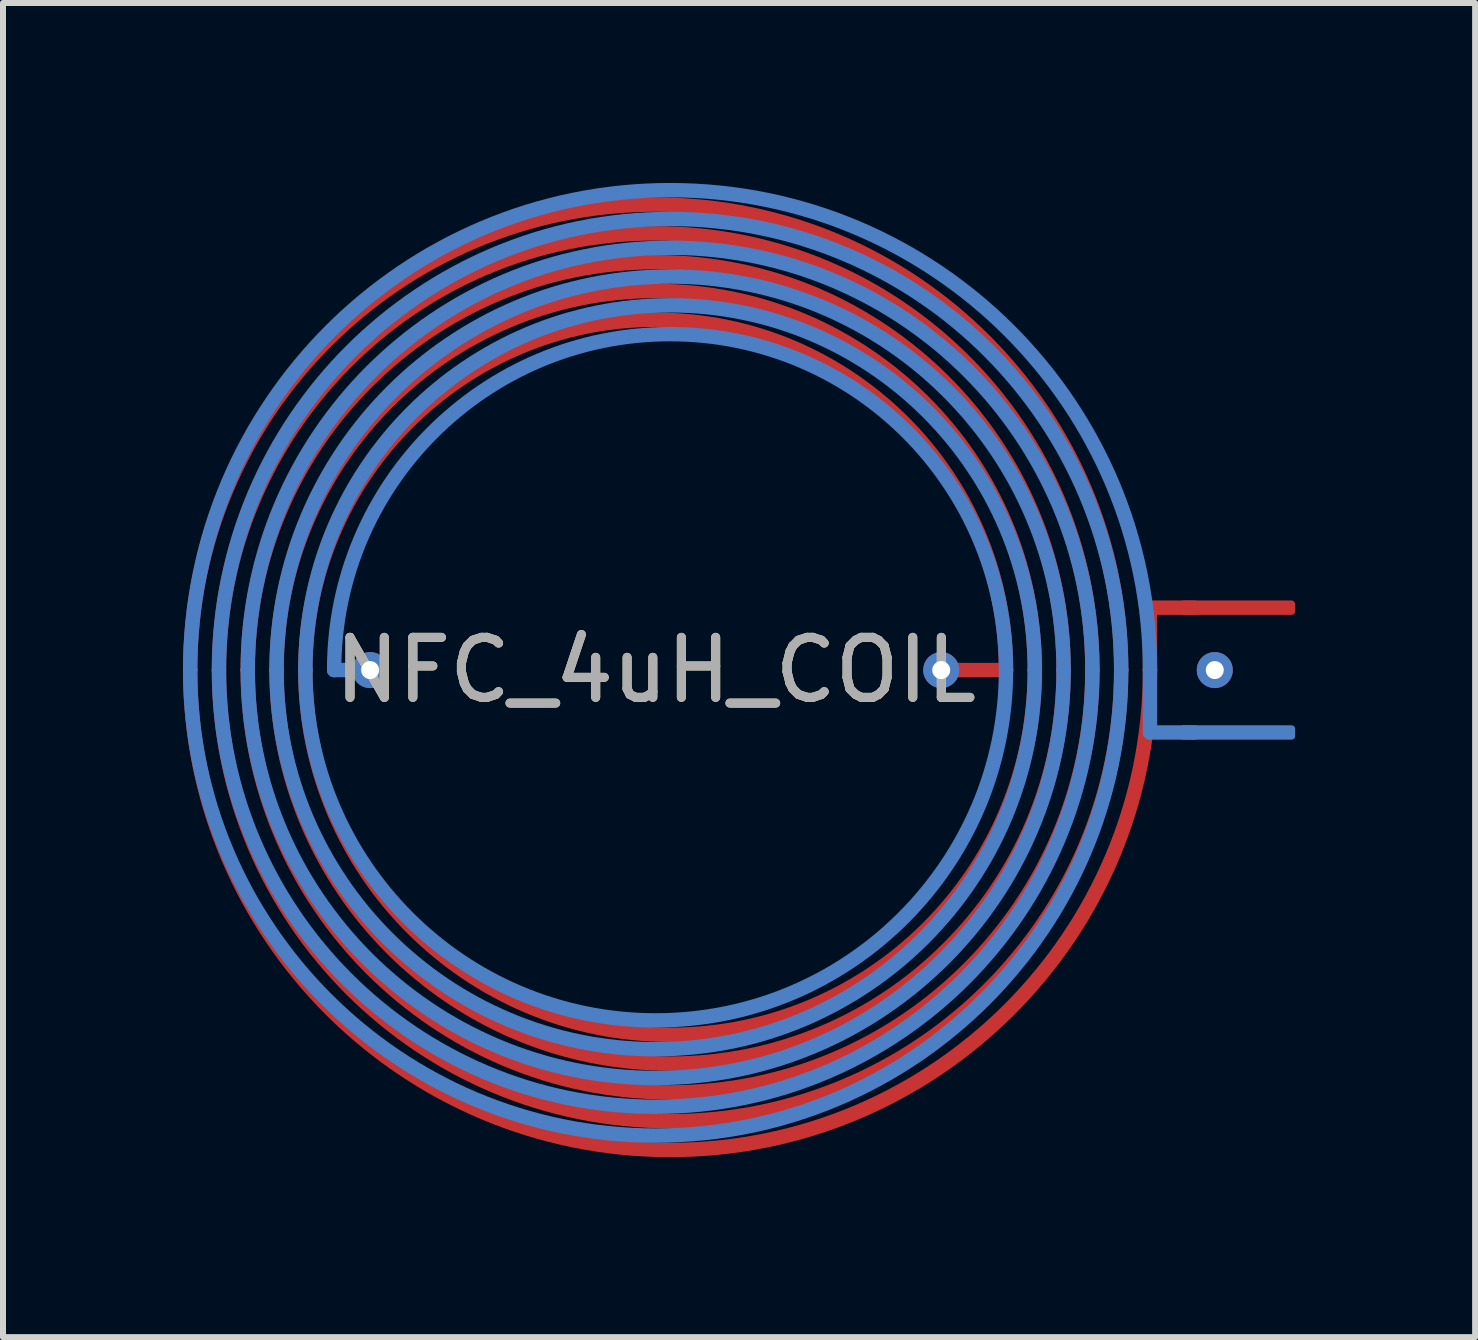
<source format=kicad_pcb>
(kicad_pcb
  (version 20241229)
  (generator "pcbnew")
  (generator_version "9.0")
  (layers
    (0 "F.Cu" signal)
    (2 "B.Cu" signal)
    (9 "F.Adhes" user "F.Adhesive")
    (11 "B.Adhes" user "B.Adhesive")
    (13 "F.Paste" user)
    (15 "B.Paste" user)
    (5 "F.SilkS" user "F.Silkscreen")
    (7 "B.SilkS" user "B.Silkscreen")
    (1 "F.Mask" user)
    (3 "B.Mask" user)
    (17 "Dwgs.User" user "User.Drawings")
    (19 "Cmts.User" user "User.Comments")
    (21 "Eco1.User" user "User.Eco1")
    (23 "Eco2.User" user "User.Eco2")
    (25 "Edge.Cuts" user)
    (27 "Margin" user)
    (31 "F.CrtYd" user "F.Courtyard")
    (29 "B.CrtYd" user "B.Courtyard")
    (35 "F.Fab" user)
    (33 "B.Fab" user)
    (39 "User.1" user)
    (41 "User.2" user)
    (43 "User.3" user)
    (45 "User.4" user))
  (footprint "NFC_4uH_COIL"
    (layer "F.Cu")
    (at 7.88 8.12)
    (property "Reference" "NFC_4uH_COIL" (at 0 0 0) (unlocked yes) (layer "F.SilkS") (effects (font (size 1 1) (thickness 0.15))))
    (attr smd exclude_from_pos_files exclude_from_bom allow_missing_courtyard)
    (fp_line (start 5.84 0) (end 4.76 0) (stroke (width 0.24) (type default)) (layer "F.Cu"))
    (fp_line (start 8.24 -1.04) (end 8.98 -1.04) (stroke (width 0.24) (type default)) (layer "F.Cu"))
    (fp_line (start 8.24 0) (end 8.24 -1.04) (stroke (width 0.24) (type default)) (layer "F.Cu"))
    (fp_arc (start -7.76 0) (mid 0 -7.76) (end 7.76 0) (stroke (width 0.24) (type default)) (layer "F.Cu"))
    (fp_arc (start -7.28 0) (mid 0 -7.28) (end 7.28 0) (stroke (width 0.24) (type default)) (layer "F.Cu"))
    (fp_arc (start -6.8 0) (mid 0 -6.8) (end 6.8 0) (stroke (width 0.24) (type default)) (layer "F.Cu"))
    (fp_arc (start -6.32 0) (mid 0 -6.32) (end 6.32 0) (stroke (width 0.24) (type default)) (layer "F.Cu"))
    (fp_arc (start -5.84 0) (mid 0 -5.84) (end 5.84 0) (stroke (width 0.24) (type default)) (layer "F.Cu"))
    (fp_arc (start 6.32 0) (mid 0.24 6.08) (end -5.84 0) (stroke (width 0.24) (type default)) (layer "F.Cu"))
    (fp_arc (start 6.8 0) (mid 0.24 6.56) (end -6.32 0) (stroke (width 0.24) (type default)) (layer "F.Cu"))
    (fp_arc (start 7.28 0) (mid 0.24 7.04) (end -6.8 0) (stroke (width 0.24) (type default)) (layer "F.Cu"))
    (fp_arc (start 7.76 0) (mid 0.24 7.52) (end -7.28 0) (stroke (width 0.24) (type default)) (layer "F.Cu"))
    (fp_arc (start 8.24 0) (mid 0.24 8) (end -7.76 0) (stroke (width 0.24) (type default)) (layer "F.Cu"))
    (fp_line (start -5.36 0) (end -4.76 0) (stroke (width 0.24) (type default)) (layer "B.Cu"))
    (fp_line (start 8.24 0) (end 8.24 1.04) (stroke (width 0.24) (type default)) (layer "B.Cu"))
    (fp_line (start 8.24 1.04) (end 8.98 1.04) (stroke (width 0.24) (type default)) (layer "B.Cu"))
    (fp_arc (start -7.76 0) (mid 0.24 -8) (end 8.24 0) (stroke (width 0.24) (type default)) (layer "B.Cu"))
    (fp_arc (start -7.28 0) (mid 0.24 -7.52) (end 7.76 0) (stroke (width 0.24) (type default)) (layer "B.Cu"))
    (fp_arc (start -6.8 0) (mid 0.24 -7.04) (end 7.28 0) (stroke (width 0.24) (type default)) (layer "B.Cu"))
    (fp_arc (start -6.32 0) (mid 0.24 -6.56) (end 6.8 0) (stroke (width 0.24) (type default)) (layer "B.Cu"))
    (fp_arc (start -5.84 0) (mid 0.24 -6.08) (end 6.32 0) (stroke (width 0.24) (type default)) (layer "B.Cu"))
    (fp_arc (start -5.36 0) (mid 0 -5.6) (end 5.84 0) (stroke (width 0.24) (type default)) (layer "B.Cu"))
    (fp_arc (start 5.84 0) (mid 0 5.84) (end -5.84 0) (stroke (width 0.24) (type default)) (layer "B.Cu"))
    (fp_arc (start 6.32 0) (mid 0 6.32) (end -6.32 0) (stroke (width 0.24) (type default)) (layer "B.Cu"))
    (fp_arc (start 6.8 0) (mid 0 6.8) (end -6.8 0) (stroke (width 0.24) (type default)) (layer "B.Cu"))
    (fp_arc (start 7.28 0) (mid 0 7.28) (end -7.28 0) (stroke (width 0.24) (type default)) (layer "B.Cu"))
    (fp_arc (start 7.76 0) (mid 0 7.76) (end -7.76 0) (stroke (width 0.24) (type default)) (layer "B.Cu"))
    (fp_line (start 5.84 0) (end 4.76 0) (stroke (width 0.24) (type default)) (layer "In1.Cu"))
    (fp_line (start 8.24 0) (end 9.32 0) (stroke (width 0.24) (type default)) (layer "In1.Cu"))
    (fp_arc (start -7.76 0) (mid 0.24 -8) (end 8.24 0) (stroke (width 0.24) (type default)) (layer "In1.Cu"))
    (fp_arc (start -7.28 0) (mid 0.24 -7.52) (end 7.76 0) (stroke (width 0.24) (type default)) (layer "In1.Cu"))
    (fp_arc (start -6.8 0) (mid 0.24 -7.04) (end 7.28 0) (stroke (width 0.24) (type default)) (layer "In1.Cu"))
    (fp_arc (start -6.32 0) (mid 0.24 -6.56) (end 6.8 0) (stroke (width 0.24) (type default)) (layer "In1.Cu"))
    (fp_arc (start -5.84 0) (mid 0.24 -6.08) (end 6.32 0) (stroke (width 0.24) (type default)) (layer "In1.Cu"))
    (fp_arc (start 5.84 0) (mid 0 5.84) (end -5.84 0) (stroke (width 0.24) (type default)) (layer "In1.Cu"))
    (fp_arc (start 6.32 0) (mid 0 6.32) (end -6.32 0) (stroke (width 0.24) (type default)) (layer "In1.Cu"))
    (fp_arc (start 6.8 0) (mid 0 6.8) (end -6.8 0) (stroke (width 0.24) (type default)) (layer "In1.Cu"))
    (fp_arc (start 7.28 0) (mid 0 7.28) (end -7.28 0) (stroke (width 0.24) (type default)) (layer "In1.Cu"))
    (fp_arc (start 7.76 0) (mid 0 7.76) (end -7.76 0) (stroke (width 0.24) (type default)) (layer "In1.Cu"))
    (fp_line (start -5.36 0) (end -4.76 0) (stroke (width 0.24) (type default)) (layer "In2.Cu"))
    (fp_line (start 8.24 0) (end 9.32 0) (stroke (width 0.24) (type default)) (layer "In2.Cu"))
    (fp_arc (start -7.76 0) (mid 0 -7.76) (end 7.76 0) (stroke (width 0.24) (type default)) (layer "In2.Cu"))
    (fp_arc (start -7.28 0) (mid 0 -7.28) (end 7.28 0) (stroke (width 0.24) (type default)) (layer "In2.Cu"))
    (fp_arc (start -6.8 0) (mid 0 -6.8) (end 6.8 0) (stroke (width 0.24) (type default)) (layer "In2.Cu"))
    (fp_arc (start -6.32 0) (mid 0 -6.32) (end 6.32 0) (stroke (width 0.24) (type default)) (layer "In2.Cu"))
    (fp_arc (start -5.84 0) (mid 0 -5.84) (end 5.84 0) (stroke (width 0.24) (type default)) (layer "In2.Cu"))
    (fp_arc (start 5.84 0) (mid 0 5.6) (end -5.36 0) (stroke (width 0.24) (type default)) (layer "In2.Cu"))
    (fp_arc (start 6.32 0) (mid 0.24 6.08) (end -5.84 0) (stroke (width 0.24) (type default)) (layer "In2.Cu"))
    (fp_arc (start 6.8 0) (mid 0.24 6.56) (end -6.32 0) (stroke (width 0.24) (type default)) (layer "In2.Cu"))
    (fp_arc (start 7.28 0) (mid 0.24 7.04) (end -6.8 0) (stroke (width 0.24) (type default)) (layer "In2.Cu"))
    (fp_arc (start 7.76 0) (mid 0.24 7.52) (end -7.28 0) (stroke (width 0.24) (type default)) (layer "In2.Cu"))
    (fp_arc (start 8.24 0) (mid 0.24 8) (end -7.76 0) (stroke (width 0.24) (type default)) (layer "In2.Cu"))
    (fp_text user "${REFERENCE}" (at 0 0 0) (unlocked yes) (layer "F.Fab") (effects (font (size 1 1) (thickness 0.15))))
    (pad "0" thru_hole circle (at -4.76 0) (size 0.6 0.6) (drill 0.3) (layers "*.Cu") (remove_unused_layers yes) (keep_end_layers yes) (zone_layer_connections))
    (pad "0" thru_hole circle (at 4.76 0) (size 0.6 0.6) (drill 0.3) (layers "*.Cu") (remove_unused_layers yes) (keep_end_layers yes) (zone_layer_connections))
    (pad "0" thru_hole circle (at 9.32 0) (size 0.6 0.6) (drill 0.3) (layers "*.Cu") (remove_unused_layers yes) (keep_end_layers yes) (zone_layer_connections))
    (pad "1" smd roundrect (at 9.7 -1.04) (size 1.92 0.24) (layers "F.Cu") (roundrect_rratio 0.25))
    (pad "2" smd roundrect (at 9.7 1.04) (size 1.92 0.24) (layers "B.Cu") (roundrect_rratio 0.25)))
  (gr_rect
    (start -3 -3)
    (end 21.54 19.24)
    (stroke (width 0.1) (type default))
    (fill no)
    (layer "Edge.Cuts")))
</source>
